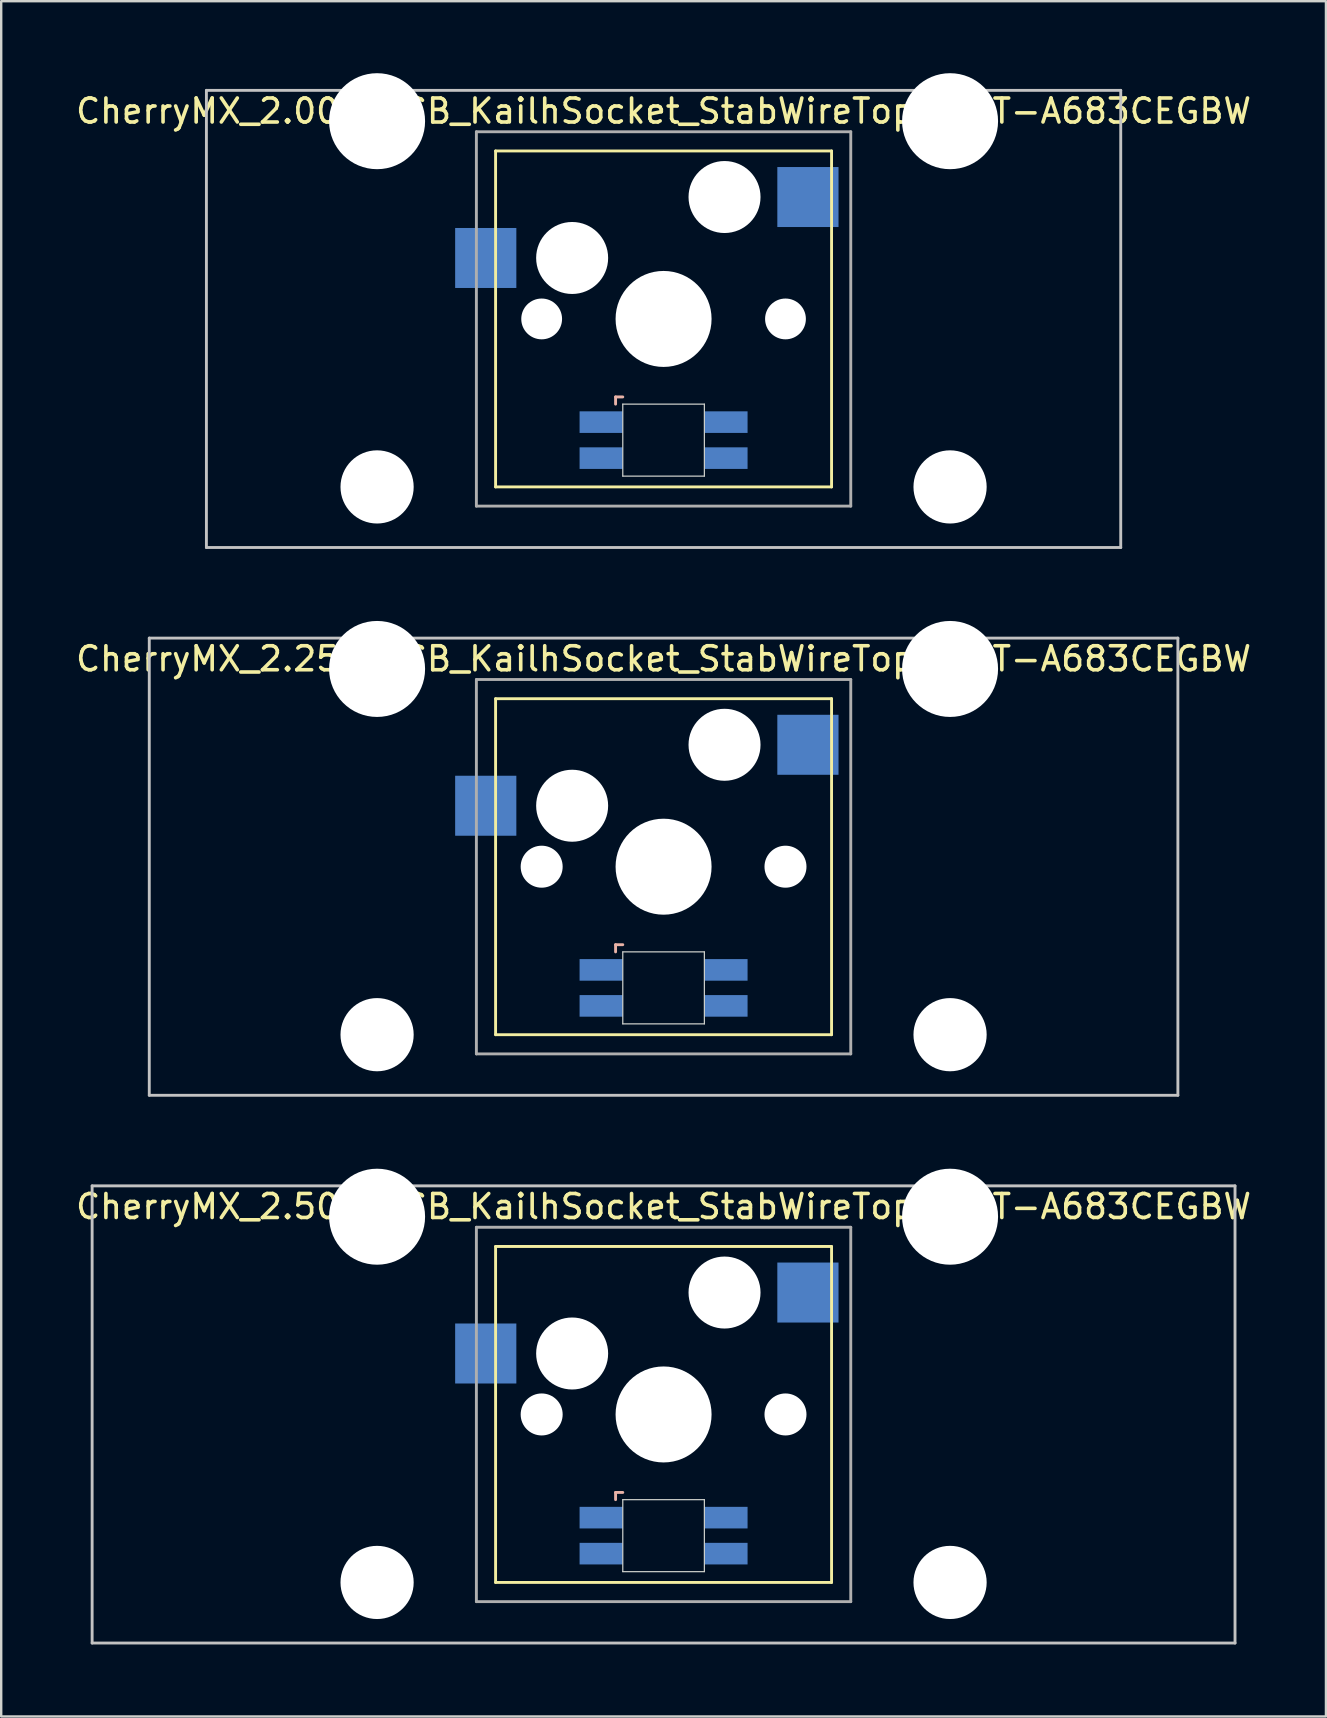
<source format=kicad_pcb>
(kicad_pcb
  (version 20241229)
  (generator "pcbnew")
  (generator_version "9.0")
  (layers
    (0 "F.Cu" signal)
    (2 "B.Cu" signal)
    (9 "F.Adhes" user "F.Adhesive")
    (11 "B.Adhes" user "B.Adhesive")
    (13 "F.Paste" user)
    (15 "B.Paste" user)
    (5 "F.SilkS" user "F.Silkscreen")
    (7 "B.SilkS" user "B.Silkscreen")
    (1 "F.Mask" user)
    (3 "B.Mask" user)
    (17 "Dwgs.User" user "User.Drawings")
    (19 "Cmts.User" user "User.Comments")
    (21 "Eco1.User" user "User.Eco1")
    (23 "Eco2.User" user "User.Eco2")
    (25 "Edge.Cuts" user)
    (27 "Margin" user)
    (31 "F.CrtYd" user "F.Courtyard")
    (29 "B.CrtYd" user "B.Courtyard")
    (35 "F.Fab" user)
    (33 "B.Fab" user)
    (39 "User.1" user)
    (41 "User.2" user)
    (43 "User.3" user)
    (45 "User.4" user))
  (footprint "CherryMX_2.50u_PCB_KailhSocket_StabWireTop_LTST-A683CEGBW"
    (layer "F.Cu")
    (at 24.601 55.89)
    (property "Reference" "CherryMX_2.50u_PCB_KailhSocket_StabWireTop_LTST-A683CEGBW" (at 0 -8.662 0) (layer "F.SilkS") (effects (font (size 1 1) (thickness 0.15))))
    (attr through_hole)
    (fp_line (start -7 -7) (end -7 7) (stroke (width 0.12) (type solid)) (layer "F.SilkS"))
    (fp_line (start -7 -7) (end 7 -7) (stroke (width 0.12) (type solid)) (layer "F.SilkS"))
    (fp_line (start 7 -7) (end 7 7) (stroke (width 0.12) (type solid)) (layer "F.SilkS"))
    (fp_line (start 7 7) (end -7 7) (stroke (width 0.12) (type solid)) (layer "F.SilkS"))
    (fp_line (start -2 3.25) (end -2 3.55) (stroke (width 0.12) (type solid)) (layer "B.SilkS"))
    (fp_line (start -1.7 3.25) (end -2 3.25) (stroke (width 0.12) (type solid)) (layer "B.SilkS"))
    (fp_line (start -23.812 -9.525) (end 23.812 -9.525) (stroke (width 0.12) (type solid)) (layer "Dwgs.User"))
    (fp_line (start -23.812 9.525) (end -23.812 -9.525) (stroke (width 0.12) (type solid)) (layer "Dwgs.User"))
    (fp_line (start 23.812 -9.525) (end 23.812 9.525) (stroke (width 0.12) (type solid)) (layer "Dwgs.User"))
    (fp_line (start 23.812 9.525) (end -23.812 9.525) (stroke (width 0.12) (type solid)) (layer "Dwgs.User"))
    (fp_line (start -1.7 3.55) (end 1.7 3.55) (stroke (width 0.05) (type solid)) (layer "Edge.Cuts"))
    (fp_line (start -1.7 6.55) (end -1.7 3.55) (stroke (width 0.05) (type solid)) (layer "Edge.Cuts"))
    (fp_line (start 1.7 3.55) (end 1.7 6.55) (stroke (width 0.05) (type solid)) (layer "Edge.Cuts"))
    (fp_line (start 1.7 6.55) (end -1.7 6.55) (stroke (width 0.05) (type solid)) (layer "Edge.Cuts"))
    (fp_line (start -7.8 -7.8) (end -7.8 7.8) (stroke (width 0.12) (type solid)) (layer "F.Fab"))
    (fp_line (start -7.8 -7.8) (end 7.8 -7.8) (stroke (width 0.12) (type solid)) (layer "F.Fab"))
    (fp_line (start -7.8 7.8) (end 7.8 7.8) (stroke (width 0.12) (type solid)) (layer "F.Fab"))
    (fp_line (start 7.8 -7.8) (end 7.8 7.8) (stroke (width 0.12) (type solid)) (layer "F.Fab"))
    (pad "" np_thru_hole circle (at -11.938 -8.24) (size 4 4) (drill 4) (layers "*.Cu" "*.Mask"))
    (pad "" np_thru_hole circle (at -11.938 7) (size 3.05 3.05) (drill 3.05) (layers "*.Cu" "*.Mask"))
    (pad "" np_thru_hole circle (at -5.08 0) (size 1.75 1.75) (drill 1.75) (layers "*.Cu" "*.Mask"))
    (pad "" np_thru_hole circle (at -3.81 -2.54) (size 3 3) (drill 3) (layers "*.Cu" "*.Mask"))
    (pad "" np_thru_hole circle (at 0 0) (size 4 4) (drill 4) (layers "*.Cu" "*.Mask"))
    (pad "" np_thru_hole circle (at 2.54 -5.08) (size 3 3) (drill 3) (layers "*.Cu" "*.Mask"))
    (pad "" np_thru_hole circle (at 5.08 0) (size 1.75 1.75) (drill 1.75) (layers "*.Cu" "*.Mask"))
    (pad "" np_thru_hole circle (at 11.938 -8.24) (size 4 4) (drill 4) (layers "*.Cu" "*.Mask"))
    (pad "" np_thru_hole circle (at 11.938 7) (size 3.05 3.05) (drill 3.05) (layers "*.Cu" "*.Mask"))
    (pad "1" smd rect (at -7.41 -2.54) (size 2.55 2.5) (layers "B.Cu" "B.Mask" "B.Paste"))
    (pad "2" smd rect (at 6.015 -5.08) (size 2.55 2.5) (layers "B.Cu" "B.Mask" "B.Paste"))
    (pad "3" smd rect (at -2.6 4.3) (size 1.8 0.9) (layers "B.Cu" "B.Mask" "B.Paste"))
    (pad "4" smd rect (at -2.6 5.8) (size 1.8 0.9) (layers "B.Cu" "B.Mask" "B.Paste"))
    (pad "5" smd rect (at 2.6 4.3) (size 1.8 0.9) (layers "B.Cu" "B.Mask" "B.Paste"))
    (pad "6" smd rect (at 2.6 5.8) (size 1.8 0.9) (layers "B.Cu" "B.Mask" "B.Paste")))
  (footprint "CherryMX_2.00u_PCB_KailhSocket_StabWireTop_LTST-A683CEGBW"
    (layer "F.Cu")
    (at 24.601 10.24)
    (property "Reference" "CherryMX_2.00u_PCB_KailhSocket_StabWireTop_LTST-A683CEGBW" (at 0 -8.662 0) (layer "F.SilkS") (effects (font (size 1 1) (thickness 0.15))))
    (attr through_hole)
    (fp_line (start -7 -7) (end -7 7) (stroke (width 0.12) (type solid)) (layer "F.SilkS"))
    (fp_line (start -7 -7) (end 7 -7) (stroke (width 0.12) (type solid)) (layer "F.SilkS"))
    (fp_line (start 7 -7) (end 7 7) (stroke (width 0.12) (type solid)) (layer "F.SilkS"))
    (fp_line (start 7 7) (end -7 7) (stroke (width 0.12) (type solid)) (layer "F.SilkS"))
    (fp_line (start -2 3.25) (end -2 3.55) (stroke (width 0.12) (type solid)) (layer "B.SilkS"))
    (fp_line (start -1.7 3.25) (end -2 3.25) (stroke (width 0.12) (type solid)) (layer "B.SilkS"))
    (fp_line (start -19.05 -9.525) (end 19.05 -9.525) (stroke (width 0.12) (type solid)) (layer "Dwgs.User"))
    (fp_line (start -19.05 9.525) (end -19.05 -9.525) (stroke (width 0.12) (type solid)) (layer "Dwgs.User"))
    (fp_line (start 19.05 -9.525) (end 19.05 9.525) (stroke (width 0.12) (type solid)) (layer "Dwgs.User"))
    (fp_line (start 19.05 9.525) (end -19.05 9.525) (stroke (width 0.12) (type solid)) (layer "Dwgs.User"))
    (fp_line (start -1.7 3.55) (end 1.7 3.55) (stroke (width 0.05) (type solid)) (layer "Edge.Cuts"))
    (fp_line (start -1.7 6.55) (end -1.7 3.55) (stroke (width 0.05) (type solid)) (layer "Edge.Cuts"))
    (fp_line (start 1.7 3.55) (end 1.7 6.55) (stroke (width 0.05) (type solid)) (layer "Edge.Cuts"))
    (fp_line (start 1.7 6.55) (end -1.7 6.55) (stroke (width 0.05) (type solid)) (layer "Edge.Cuts"))
    (fp_line (start -7.8 -7.8) (end -7.8 7.8) (stroke (width 0.12) (type solid)) (layer "F.Fab"))
    (fp_line (start -7.8 -7.8) (end 7.8 -7.8) (stroke (width 0.12) (type solid)) (layer "F.Fab"))
    (fp_line (start -7.8 7.8) (end 7.8 7.8) (stroke (width 0.12) (type solid)) (layer "F.Fab"))
    (fp_line (start 7.8 -7.8) (end 7.8 7.8) (stroke (width 0.12) (type solid)) (layer "F.Fab"))
    (pad "" np_thru_hole circle (at -11.938 -8.24) (size 4 4) (drill 4) (layers "*.Cu" "*.Mask"))
    (pad "" np_thru_hole circle (at -11.938 7) (size 3.05 3.05) (drill 3.05) (layers "*.Cu" "*.Mask"))
    (pad "" np_thru_hole circle (at -5.08 0) (size 1.7 1.7) (drill 1.7) (layers "*.Cu" "*.Mask"))
    (pad "" np_thru_hole circle (at -3.81 -2.54) (size 3 3) (drill 3) (layers "*.Cu" "*.Mask"))
    (pad "" np_thru_hole circle (at 0 0) (size 4 4) (drill 4) (layers "*.Cu" "*.Mask"))
    (pad "" np_thru_hole circle (at 2.54 -5.08) (size 3 3) (drill 3) (layers "*.Cu" "*.Mask"))
    (pad "" np_thru_hole circle (at 5.08 0) (size 1.7 1.7) (drill 1.7) (layers "*.Cu" "*.Mask"))
    (pad "" np_thru_hole circle (at 11.938 -8.24) (size 4 4) (drill 4) (layers "*.Cu" "*.Mask"))
    (pad "" np_thru_hole circle (at 11.938 7) (size 3.05 3.05) (drill 3.05) (layers "*.Cu" "*.Mask"))
    (pad "1" smd rect (at -7.41 -2.54) (size 2.55 2.5) (layers "B.Cu" "B.Mask" "B.Paste"))
    (pad "2" smd rect (at 6.015 -5.08) (size 2.55 2.5) (layers "B.Cu" "B.Mask" "B.Paste"))
    (pad "3" smd rect (at -2.6 4.3) (size 1.8 0.9) (layers "B.Cu" "B.Mask" "B.Paste"))
    (pad "4" smd rect (at -2.6 5.8) (size 1.8 0.9) (layers "B.Cu" "B.Mask" "B.Paste"))
    (pad "5" smd rect (at 2.6 4.3) (size 1.8 0.9) (layers "B.Cu" "B.Mask" "B.Paste"))
    (pad "6" smd rect (at 2.6 5.8) (size 1.8 0.9) (layers "B.Cu" "B.Mask" "B.Paste")))
  (footprint "CherryMX_2.25u_PCB_KailhSocket_StabWireTop_LTST-A683CEGBW"
    (layer "F.Cu")
    (at 24.601 33.065)
    (property "Reference" "CherryMX_2.25u_PCB_KailhSocket_StabWireTop_LTST-A683CEGBW" (at 0 -8.662 0) (layer "F.SilkS") (effects (font (size 1 1) (thickness 0.15))))
    (attr through_hole)
    (fp_line (start -7 -7) (end -7 7) (stroke (width 0.12) (type solid)) (layer "F.SilkS"))
    (fp_line (start -7 -7) (end 7 -7) (stroke (width 0.12) (type solid)) (layer "F.SilkS"))
    (fp_line (start 7 -7) (end 7 7) (stroke (width 0.12) (type solid)) (layer "F.SilkS"))
    (fp_line (start 7 7) (end -7 7) (stroke (width 0.12) (type solid)) (layer "F.SilkS"))
    (fp_line (start -2 3.25) (end -2 3.55) (stroke (width 0.12) (type solid)) (layer "B.SilkS"))
    (fp_line (start -1.7 3.25) (end -2 3.25) (stroke (width 0.12) (type solid)) (layer "B.SilkS"))
    (fp_line (start -21.431 -9.525) (end 21.431 -9.525) (stroke (width 0.12) (type solid)) (layer "Dwgs.User"))
    (fp_line (start -21.431 9.525) (end -21.431 -9.525) (stroke (width 0.12) (type solid)) (layer "Dwgs.User"))
    (fp_line (start 21.431 -9.525) (end 21.431 9.525) (stroke (width 0.12) (type solid)) (layer "Dwgs.User"))
    (fp_line (start 21.431 9.525) (end -21.431 9.525) (stroke (width 0.12) (type solid)) (layer "Dwgs.User"))
    (fp_line (start -1.7 3.55) (end 1.7 3.55) (stroke (width 0.05) (type solid)) (layer "Edge.Cuts"))
    (fp_line (start -1.7 6.55) (end -1.7 3.55) (stroke (width 0.05) (type solid)) (layer "Edge.Cuts"))
    (fp_line (start 1.7 3.55) (end 1.7 6.55) (stroke (width 0.05) (type solid)) (layer "Edge.Cuts"))
    (fp_line (start 1.7 6.55) (end -1.7 6.55) (stroke (width 0.05) (type solid)) (layer "Edge.Cuts"))
    (fp_line (start -7.8 -7.8) (end -7.8 7.8) (stroke (width 0.12) (type solid)) (layer "F.Fab"))
    (fp_line (start -7.8 -7.8) (end 7.8 -7.8) (stroke (width 0.12) (type solid)) (layer "F.Fab"))
    (fp_line (start -7.8 7.8) (end 7.8 7.8) (stroke (width 0.12) (type solid)) (layer "F.Fab"))
    (fp_line (start 7.8 -7.8) (end 7.8 7.8) (stroke (width 0.12) (type solid)) (layer "F.Fab"))
    (pad "" np_thru_hole circle (at -11.938 -8.24) (size 4 4) (drill 4) (layers "*.Cu" "*.Mask"))
    (pad "" np_thru_hole circle (at -11.938 7) (size 3.05 3.05) (drill 3.05) (layers "*.Cu" "*.Mask"))
    (pad "" np_thru_hole circle (at -5.08 0) (size 1.75 1.75) (drill 1.75) (layers "*.Cu" "*.Mask"))
    (pad "" np_thru_hole circle (at -3.81 -2.54) (size 3 3) (drill 3) (layers "*.Cu" "*.Mask"))
    (pad "" np_thru_hole circle (at 0 0) (size 4 4) (drill 4) (layers "*.Cu" "*.Mask"))
    (pad "" np_thru_hole circle (at 2.54 -5.08) (size 3 3) (drill 3) (layers "*.Cu" "*.Mask"))
    (pad "" np_thru_hole circle (at 5.08 0) (size 1.75 1.75) (drill 1.75) (layers "*.Cu" "*.Mask"))
    (pad "" np_thru_hole circle (at 11.938 -8.24) (size 4 4) (drill 4) (layers "*.Cu" "*.Mask"))
    (pad "" np_thru_hole circle (at 11.938 7) (size 3.05 3.05) (drill 3.05) (layers "*.Cu" "*.Mask"))
    (pad "1" smd rect (at -7.41 -2.54) (size 2.55 2.5) (layers "B.Cu" "B.Mask" "B.Paste"))
    (pad "2" smd rect (at 6.015 -5.08) (size 2.55 2.5) (layers "B.Cu" "B.Mask" "B.Paste"))
    (pad "3" smd rect (at -2.6 4.3) (size 1.8 0.9) (layers "B.Cu" "B.Mask" "B.Paste"))
    (pad "4" smd rect (at -2.6 5.8) (size 1.8 0.9) (layers "B.Cu" "B.Mask" "B.Paste"))
    (pad "5" smd rect (at 2.6 4.3) (size 1.8 0.9) (layers "B.Cu" "B.Mask" "B.Paste"))
    (pad "6" smd rect (at 2.6 5.8) (size 1.8 0.9) (layers "B.Cu" "B.Mask" "B.Paste")))
  (gr_rect
    (start -3 -3)
    (end 52.202 68.475)
    (stroke (width 0.1) (type default))
    (fill no)
    (layer "Edge.Cuts")))
</source>
